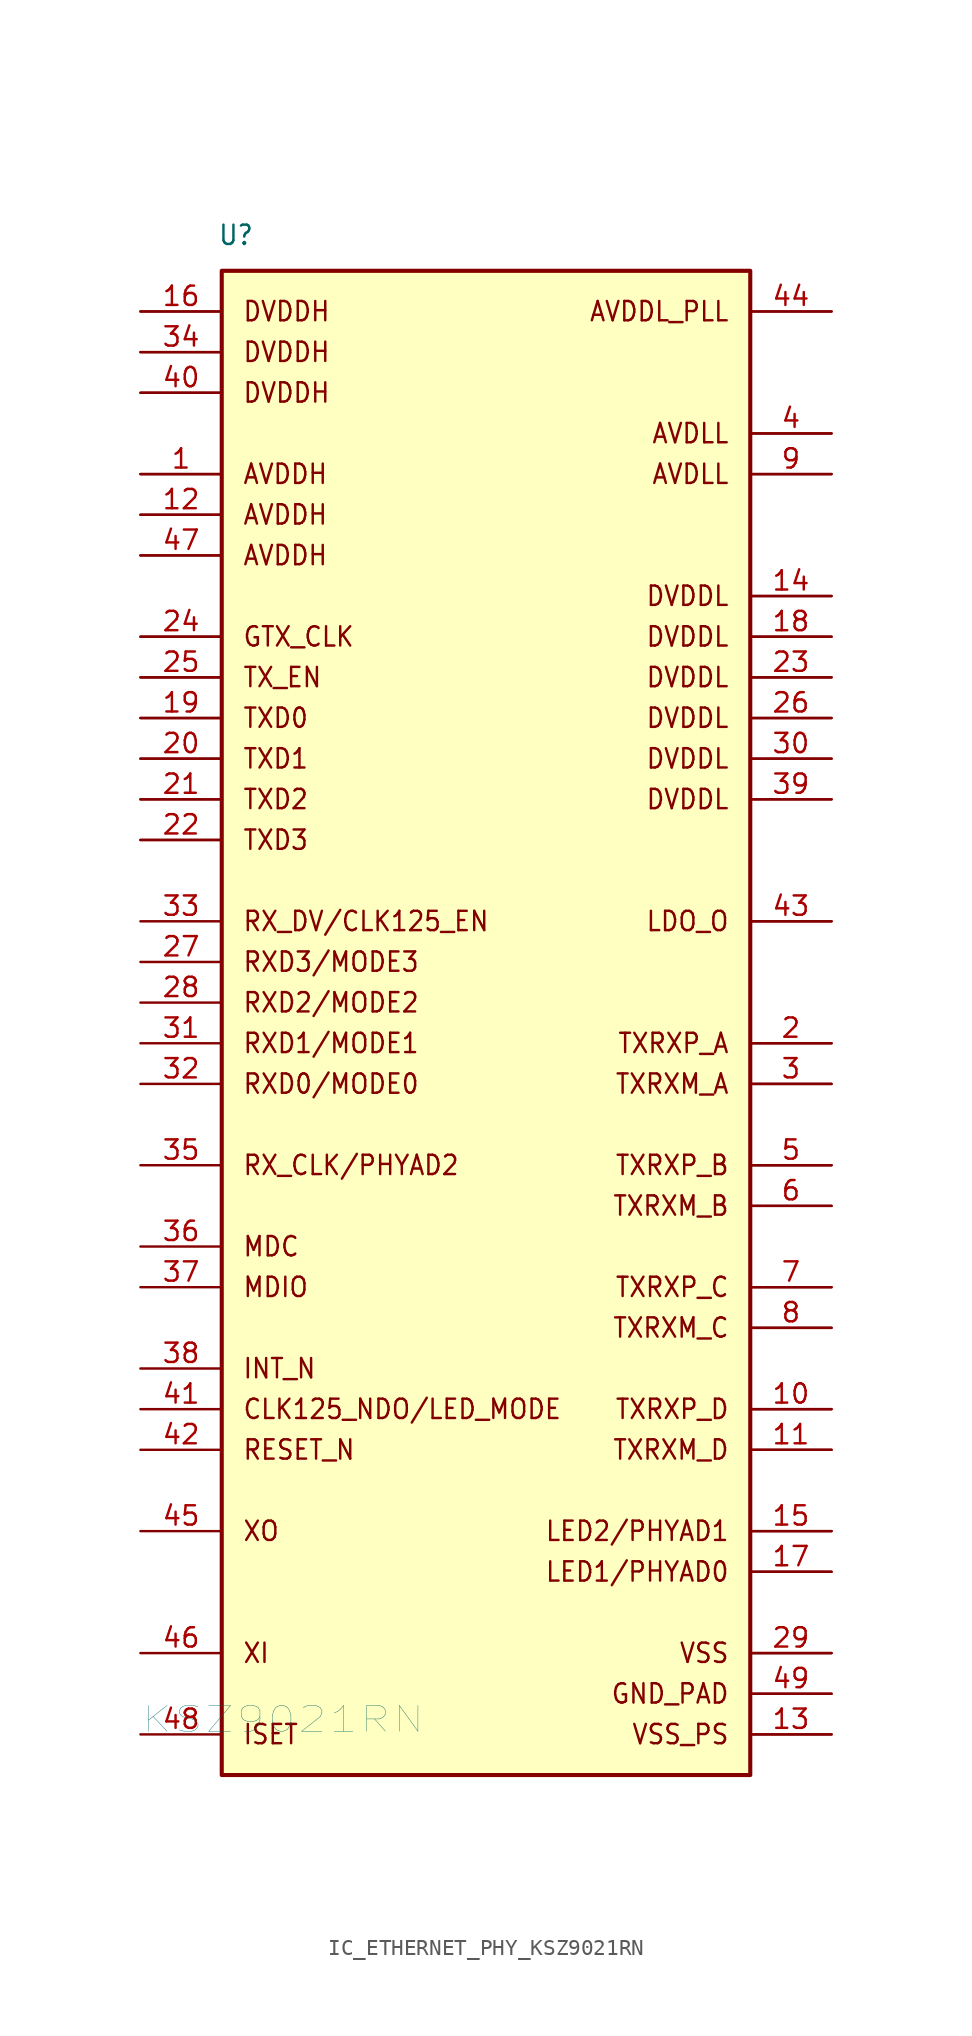
<source format=kicad_sym>
(kicad_symbol_lib
  (version 20231120)
  (generator "kicad_symbol_editor")
  (generator_version "8.0")
  (symbol "IC_ETHERNET_PHY_KSZ9021RN"
    (property "Reference" "U"
      (at 4.826 92.964 0)
      (effects (font (size 1.206 1.092) (thickness 0.152)) (justify left bottom)))
    (property "Value" "KSZ9021RN"
      (at 0 0 0)
      (effects (font (size 1.609 2.032) (thickness 0.025)) (justify left bottom)))
    (symbol "IC_ETHERNET_PHY_KSZ9021RN_1_0"
      (polyline (pts (xy 0 55.88) (xy 5.08 55.88)) (stroke (width 0) (type solid)) (fill (type none)))
      (polyline (pts (xy 0 58.42) (xy 5.08 58.42)) (stroke (width 0) (type solid)) (fill (type none)))
      (polyline (pts (xy 0 60.96) (xy 5.08 60.96)) (stroke (width 0) (type solid)) (fill (type none)))
      (polyline (pts (xy 0 63.5) (xy 5.08 63.5)) (stroke (width 0) (type solid)) (fill (type none)))
      (polyline (pts (xy 0 66.04) (xy 5.08 66.04)) (stroke (width 0) (type solid)) (fill (type none)))
      (polyline (pts (xy 0 68.58) (xy 5.08 68.58)) (stroke (width 0) (type solid)) (fill (type none)))
      (polyline (pts (xy 0 73.66) (xy 5.08 73.66)) (stroke (width 0) (type solid)) (fill (type none)))
      (polyline (pts (xy 0 76.2) (xy 5.08 76.2)) (stroke (width 0) (type solid)) (fill (type none)))
      (polyline (pts (xy 0 78.74) (xy 5.08 78.74)) (stroke (width 0) (type solid)) (fill (type none)))
      (polyline (pts (xy 0 83.82) (xy 5.08 83.82)) (stroke (width 0) (type solid)) (fill (type none)))
      (polyline (pts (xy 0 86.36) (xy 5.08 86.36)) (stroke (width 0) (type solid)) (fill (type none)))
      (polyline (pts (xy 0 88.9) (xy 5.08 88.9)) (stroke (width 0) (type solid)) (fill (type none)))
      (polyline (pts (xy 38.1 0) (xy 43.18 0)) (stroke (width 0) (type solid)) (fill (type none)))
      (polyline (pts (xy 38.1 2.54) (xy 43.18 2.54)) (stroke (width 0) (type solid)) (fill (type none)))
      (polyline (pts (xy 38.1 5.08) (xy 43.18 5.08)) (stroke (width 0) (type solid)) (fill (type none)))
      (polyline (pts (xy 38.1 10.16) (xy 43.18 10.16)) (stroke (width 0) (type solid)) (fill (type none)))
      (polyline (pts (xy 38.1 12.7) (xy 43.18 12.7)) (stroke (width 0) (type solid)) (fill (type none)))
      (polyline (pts (xy 38.1 17.78) (xy 43.18 17.78)) (stroke (width 0) (type solid)) (fill (type none)))
      (polyline (pts (xy 38.1 20.32) (xy 43.18 20.32)) (stroke (width 0) (type solid)) (fill (type none)))
      (polyline (pts (xy 38.1 25.4) (xy 43.18 25.4)) (stroke (width 0) (type solid)) (fill (type none)))
      (polyline (pts (xy 38.1 27.94) (xy 43.18 27.94)) (stroke (width 0) (type solid)) (fill (type none)))
      (polyline (pts (xy 38.1 33.02) (xy 43.18 33.02)) (stroke (width 0) (type solid)) (fill (type none)))
      (polyline (pts (xy 38.1 35.56) (xy 43.18 35.56)) (stroke (width 0) (type solid)) (fill (type none)))
      (polyline (pts (xy 38.1 40.64) (xy 43.18 40.64)) (stroke (width 0) (type solid)) (fill (type none)))
      (polyline (pts (xy 38.1 43.18) (xy 43.18 43.18)) (stroke (width 0) (type solid)) (fill (type none)))
      (polyline (pts (xy 38.1 50.8) (xy 43.18 50.8)) (stroke (width 0) (type solid)) (fill (type none)))
      (polyline (pts (xy 38.1 58.42) (xy 43.18 58.42)) (stroke (width 0) (type solid)) (fill (type none)))
      (polyline (pts (xy 38.1 60.96) (xy 43.18 60.96)) (stroke (width 0) (type solid)) (fill (type none)))
      (polyline (pts (xy 38.1 63.5) (xy 43.18 63.5)) (stroke (width 0) (type solid)) (fill (type none)))
      (polyline (pts (xy 38.1 66.04) (xy 43.18 66.04)) (stroke (width 0) (type solid)) (fill (type none)))
      (polyline (pts (xy 38.1 68.58) (xy 43.18 68.58)) (stroke (width 0) (type solid)) (fill (type none)))
      (polyline (pts (xy 38.1 71.12) (xy 43.18 71.12)) (stroke (width 0) (type solid)) (fill (type none)))
      (polyline (pts (xy 38.1 78.74) (xy 43.18 78.74)) (stroke (width 0) (type solid)) (fill (type none)))
      (polyline (pts (xy 38.1 81.28) (xy 43.18 81.28)) (stroke (width 0) (type solid)) (fill (type none)))
      (polyline (pts (xy 38.1 88.9) (xy 43.18 88.9)) (stroke (width 0) (type solid)) (fill (type none)))
      (polyline (pts (xy 5.08 -2.54) (xy 38.1 -2.54) (xy 38.1 91.44) (xy 5.08 91.44) (xy 5.08 -2.54)) (stroke (width 0.256) (type solid)) (fill (type background)))
      (text "AVDDH" (at 6.35 73.66 0) (effects (font (size 1.206 1.092) (thickness 0.152)) (justify left)))
      (text "AVDDH" (at 6.35 76.2 0) (effects (font (size 1.206 1.092) (thickness 0.152)) (justify left)))
      (text "AVDDH" (at 6.35 78.74 0) (effects (font (size 1.206 1.092) (thickness 0.152)) (justify left)))
      (text "AVDDL_PLL" (at 36.83 88.9 0) (effects (font (size 1.206 1.092) (thickness 0.152)) (justify right)))
      (text "AVDLL" (at 36.83 78.74 0) (effects (font (size 1.206 1.092) (thickness 0.152)) (justify right)))
      (text "AVDLL" (at 36.83 81.28 0) (effects (font (size 1.206 1.092) (thickness 0.152)) (justify right)))
      (text "CLK125_NDO/LED_MODE" (at 6.35 20.32 0) (effects (font (size 1.206 1.092) (thickness 0.152)) (justify left)))
      (text "DVDDH" (at 6.35 83.82 0) (effects (font (size 1.206 1.092) (thickness 0.152)) (justify left)))
      (text "DVDDH" (at 6.35 86.36 0) (effects (font (size 1.206 1.092) (thickness 0.152)) (justify left)))
      (text "DVDDH" (at 6.35 88.9 0) (effects (font (size 1.206 1.092) (thickness 0.152)) (justify left)))
      (text "DVDDL" (at 36.83 58.42 0) (effects (font (size 1.206 1.092) (thickness 0.152)) (justify right)))
      (text "DVDDL" (at 36.83 60.96 0) (effects (font (size 1.206 1.092) (thickness 0.152)) (justify right)))
      (text "DVDDL" (at 36.83 63.5 0) (effects (font (size 1.206 1.092) (thickness 0.152)) (justify right)))
      (text "DVDDL" (at 36.83 66.04 0) (effects (font (size 1.206 1.092) (thickness 0.152)) (justify right)))
      (text "DVDDL" (at 36.83 68.58 0) (effects (font (size 1.206 1.092) (thickness 0.152)) (justify right)))
      (text "DVDDL" (at 36.83 71.12 0) (effects (font (size 1.206 1.092) (thickness 0.152)) (justify right)))
      (text "GND_PAD" (at 36.83 2.54 0) (effects (font (size 1.206 1.092) (thickness 0.152)) (justify right)))
      (text "GTX_CLK" (at 6.35 68.58 0) (effects (font (size 1.206 1.092) (thickness 0.152)) (justify left)))
      (text "INT_N" (at 6.35 22.86 0) (effects (font (size 1.206 1.092) (thickness 0.152)) (justify left)))
      (text "ISET" (at 6.35 0 0) (effects (font (size 1.206 1.092) (thickness 0.152)) (justify left)))
      (text "LDO_O" (at 36.83 50.8 0) (effects (font (size 1.206 1.092) (thickness 0.152)) (justify right)))
      (text "LED1/PHYAD0" (at 36.83 10.16 0) (effects (font (size 1.206 1.092) (thickness 0.152)) (justify right)))
      (text "LED2/PHYAD1" (at 36.83 12.7 0) (effects (font (size 1.206 1.092) (thickness 0.152)) (justify right)))
      (text "MDC" (at 6.35 30.48 0) (effects (font (size 1.206 1.092) (thickness 0.152)) (justify left)))
      (text "MDIO" (at 6.35 27.94 0) (effects (font (size 1.206 1.092) (thickness 0.152)) (justify left)))
      (text "RESET_N" (at 6.35 17.78 0) (effects (font (size 1.206 1.092) (thickness 0.152)) (justify left)))
      (text "RX_CLK/PHYAD2" (at 6.35 35.56 0) (effects (font (size 1.206 1.092) (thickness 0.152)) (justify left)))
      (text "RX_DV/CLK125_EN" (at 6.35 50.8 0) (effects (font (size 1.206 1.092) (thickness 0.152)) (justify left)))
      (text "RXD0/MODE0" (at 6.35 40.64 0) (effects (font (size 1.206 1.092) (thickness 0.152)) (justify left)))
      (text "RXD1/MODE1" (at 6.35 43.18 0) (effects (font (size 1.206 1.092) (thickness 0.152)) (justify left)))
      (text "RXD2/MODE2" (at 6.35 45.72 0) (effects (font (size 1.206 1.092) (thickness 0.152)) (justify left)))
      (text "RXD3/MODE3" (at 6.35 48.26 0) (effects (font (size 1.206 1.092) (thickness 0.152)) (justify left)))
      (text "TX_EN" (at 6.35 66.04 0) (effects (font (size 1.206 1.092) (thickness 0.152)) (justify left)))
      (text "TXD0" (at 6.35 63.5 0) (effects (font (size 1.206 1.092) (thickness 0.152)) (justify left)))
      (text "TXD1" (at 6.35 60.96 0) (effects (font (size 1.206 1.092) (thickness 0.152)) (justify left)))
      (text "TXD2" (at 6.35 58.42 0) (effects (font (size 1.206 1.092) (thickness 0.152)) (justify left)))
      (text "TXD3" (at 6.35 55.88 0) (effects (font (size 1.206 1.092) (thickness 0.152)) (justify left)))
      (text "TXRXM_A" (at 36.83 40.64 0) (effects (font (size 1.206 1.092) (thickness 0.152)) (justify right)))
      (text "TXRXM_B" (at 36.83 33.02 0) (effects (font (size 1.206 1.092) (thickness 0.152)) (justify right)))
      (text "TXRXM_C" (at 36.83 25.4 0) (effects (font (size 1.206 1.092) (thickness 0.152)) (justify right)))
      (text "TXRXM_D" (at 36.83 17.78 0) (effects (font (size 1.206 1.092) (thickness 0.152)) (justify right)))
      (text "TXRXP_A" (at 36.83 43.18 0) (effects (font (size 1.206 1.092) (thickness 0.152)) (justify right)))
      (text "TXRXP_B" (at 36.83 35.56 0) (effects (font (size 1.206 1.092) (thickness 0.152)) (justify right)))
      (text "TXRXP_C" (at 36.83 27.94 0) (effects (font (size 1.206 1.092) (thickness 0.152)) (justify right)))
      (text "TXRXP_D" (at 36.83 20.32 0) (effects (font (size 1.206 1.092) (thickness 0.152)) (justify right)))
      (text "VSS" (at 36.83 5.08 0) (effects (font (size 1.206 1.092) (thickness 0.152)) (justify right)))
      (text "VSS_PS" (at 36.83 0 0) (effects (font (size 1.206 1.092) (thickness 0.152)) (justify right)))
      (text "XI" (at 6.35 5.08 0) (effects (font (size 1.206 1.092) (thickness 0.152)) (justify left)))
      (text "XO" (at 6.35 12.7 0) (effects (font (size 1.206 1.092) (thickness 0.152)) (justify left)))
      (pin passive line (at 0 78.74 0) (length 5.08) (name "" (effects (font (size 1.206 1.206)))) (number "1" (effects (font (size 1.206 1.206)))))
      (pin passive line (at 43.18 20.32 180) (length 5.08) (name "" (effects (font (size 1.206 1.206)))) (number "10" (effects (font (size 1.206 1.206)))))
      (pin passive line (at 43.18 17.78 180) (length 5.08) (name "" (effects (font (size 1.206 1.206)))) (number "11" (effects (font (size 1.206 1.206)))))
      (pin passive line (at 0 76.2 0) (length 5.08) (name "" (effects (font (size 1.206 1.206)))) (number "12" (effects (font (size 1.206 1.206)))))
      (pin passive line (at 43.18 0 180) (length 5.08) (name "" (effects (font (size 1.206 1.206)))) (number "13" (effects (font (size 1.206 1.206)))))
      (pin passive line (at 43.18 71.12 180) (length 5.08) (name "" (effects (font (size 1.206 1.206)))) (number "14" (effects (font (size 1.206 1.206)))))
      (pin passive line (at 43.18 12.7 180) (length 5.08) (name "" (effects (font (size 1.206 1.206)))) (number "15" (effects (font (size 1.206 1.206)))))
      (pin passive line (at 0 88.9 0) (length 5.08) (name "" (effects (font (size 1.206 1.206)))) (number "16" (effects (font (size 1.206 1.206)))))
      (pin passive line (at 43.18 10.16 180) (length 5.08) (name "" (effects (font (size 1.206 1.206)))) (number "17" (effects (font (size 1.206 1.206)))))
      (pin passive line (at 43.18 68.58 180) (length 5.08) (name "" (effects (font (size 1.206 1.206)))) (number "18" (effects (font (size 1.206 1.206)))))
      (pin passive line (at 0 63.5 0) (length 5.08) (name "" (effects (font (size 1.206 1.206)))) (number "19" (effects (font (size 1.206 1.206)))))
      (pin passive line (at 43.18 43.18 180) (length 5.08) (name "" (effects (font (size 1.206 1.206)))) (number "2" (effects (font (size 1.206 1.206)))))
      (pin passive line (at 0 60.96 0) (length 5.08) (name "" (effects (font (size 1.206 1.206)))) (number "20" (effects (font (size 1.206 1.206)))))
      (pin passive line (at 0 58.42 0) (length 5.08) (name "" (effects (font (size 1.206 1.206)))) (number "21" (effects (font (size 1.206 1.206)))))
      (pin passive line (at 0 55.88 0) (length 5.08) (name "" (effects (font (size 1.206 1.206)))) (number "22" (effects (font (size 1.206 1.206)))))
      (pin passive line (at 43.18 66.04 180) (length 5.08) (name "" (effects (font (size 1.206 1.206)))) (number "23" (effects (font (size 1.206 1.206)))))
      (pin passive line (at 0 68.58 0) (length 5.08) (name "" (effects (font (size 1.206 1.206)))) (number "24" (effects (font (size 1.206 1.206)))))
      (pin passive line (at 0 66.04 0) (length 5.08) (name "" (effects (font (size 1.206 1.206)))) (number "25" (effects (font (size 1.206 1.206)))))
      (pin passive line (at 43.18 63.5 180) (length 5.08) (name "" (effects (font (size 1.206 1.206)))) (number "26" (effects (font (size 1.206 1.206)))))
      (pin passive line (at 0 48.26 0) (length 5.08) (name "" (effects (font (size 1.206 1.206)))) (number "27" (effects (font (size 1.206 1.206)))))
      (pin passive line (at 0 45.72 0) (length 5.08) (name "" (effects (font (size 1.206 1.206)))) (number "28" (effects (font (size 1.206 1.206)))))
      (pin passive line (at 43.18 5.08 180) (length 5.08) (name "" (effects (font (size 1.206 1.206)))) (number "29" (effects (font (size 1.206 1.206)))))
      (pin passive line (at 43.18 40.64 180) (length 5.08) (name "" (effects (font (size 1.206 1.206)))) (number "3" (effects (font (size 1.206 1.206)))))
      (pin passive line (at 43.18 60.96 180) (length 5.08) (name "" (effects (font (size 1.206 1.206)))) (number "30" (effects (font (size 1.206 1.206)))))
      (pin passive line (at 0 43.18 0) (length 5.08) (name "" (effects (font (size 1.206 1.206)))) (number "31" (effects (font (size 1.206 1.206)))))
      (pin passive line (at 0 40.64 0) (length 5.08) (name "" (effects (font (size 1.206 1.206)))) (number "32" (effects (font (size 1.206 1.206)))))
      (pin passive line (at 0 50.8 0) (length 5.08) (name "" (effects (font (size 1.206 1.206)))) (number "33" (effects (font (size 1.206 1.206)))))
      (pin passive line (at 0 86.36 0) (length 5.08) (name "" (effects (font (size 1.206 1.206)))) (number "34" (effects (font (size 1.206 1.206)))))
      (pin passive line (at 0 35.56 0) (length 5.08) (name "" (effects (font (size 1.206 1.206)))) (number "35" (effects (font (size 1.206 1.206)))))
      (pin passive line (at 0 30.48 0) (length 5.08) (name "" (effects (font (size 1.206 1.206)))) (number "36" (effects (font (size 1.206 1.206)))))
      (pin passive line (at 0 27.94 0) (length 5.08) (name "" (effects (font (size 1.206 1.206)))) (number "37" (effects (font (size 1.206 1.206)))))
      (pin passive line (at 0 22.86 0) (length 5.08) (name "" (effects (font (size 1.206 1.206)))) (number "38" (effects (font (size 1.206 1.206)))))
      (pin passive line (at 43.18 58.42 180) (length 5.08) (name "" (effects (font (size 1.206 1.206)))) (number "39" (effects (font (size 1.206 1.206)))))
      (pin passive line (at 43.18 81.28 180) (length 5.08) (name "" (effects (font (size 1.206 1.206)))) (number "4" (effects (font (size 1.206 1.206)))))
      (pin passive line (at 0 83.82 0) (length 5.08) (name "" (effects (font (size 1.206 1.206)))) (number "40" (effects (font (size 1.206 1.206)))))
      (pin passive line (at 0 20.32 0) (length 5.08) (name "" (effects (font (size 1.206 1.206)))) (number "41" (effects (font (size 1.206 1.206)))))
      (pin passive line (at 0 17.78 0) (length 5.08) (name "" (effects (font (size 1.206 1.206)))) (number "42" (effects (font (size 1.206 1.206)))))
      (pin passive line (at 43.18 50.8 180) (length 5.08) (name "" (effects (font (size 1.206 1.206)))) (number "43" (effects (font (size 1.206 1.206)))))
      (pin passive line (at 43.18 88.9 180) (length 5.08) (name "" (effects (font (size 1.206 1.206)))) (number "44" (effects (font (size 1.206 1.206)))))
      (pin passive line (at 0 12.7 0) (length 5.08) (name "" (effects (font (size 1.206 1.206)))) (number "45" (effects (font (size 1.206 1.206)))))
      (pin passive line (at 0 5.08 0) (length 5.08) (name "" (effects (font (size 1.206 1.206)))) (number "46" (effects (font (size 1.206 1.206)))))
      (pin passive line (at 0 73.66 0) (length 5.08) (name "" (effects (font (size 1.206 1.206)))) (number "47" (effects (font (size 1.206 1.206)))))
      (pin passive line (at 0 0 0) (length 5.08) (name "" (effects (font (size 1.206 1.206)))) (number "48" (effects (font (size 1.206 1.206)))))
      (pin passive line (at 43.18 2.54 180) (length 5.08) (name "" (effects (font (size 1.206 1.206)))) (number "49" (effects (font (size 1.206 1.206)))))
      (pin passive line (at 43.18 35.56 180) (length 5.08) (name "" (effects (font (size 1.206 1.206)))) (number "5" (effects (font (size 1.206 1.206)))))
      (pin passive line (at 43.18 33.02 180) (length 5.08) (name "" (effects (font (size 1.206 1.206)))) (number "6" (effects (font (size 1.206 1.206)))))
      (pin passive line (at 43.18 27.94 180) (length 5.08) (name "" (effects (font (size 1.206 1.206)))) (number "7" (effects (font (size 1.206 1.206)))))
      (pin passive line (at 43.18 25.4 180) (length 5.08) (name "" (effects (font (size 1.206 1.206)))) (number "8" (effects (font (size 1.206 1.206)))))
      (pin passive line (at 43.18 78.74 180) (length 5.08) (name "" (effects (font (size 1.206 1.206)))) (number "9" (effects (font (size 1.206 1.206))))))))
</source>
